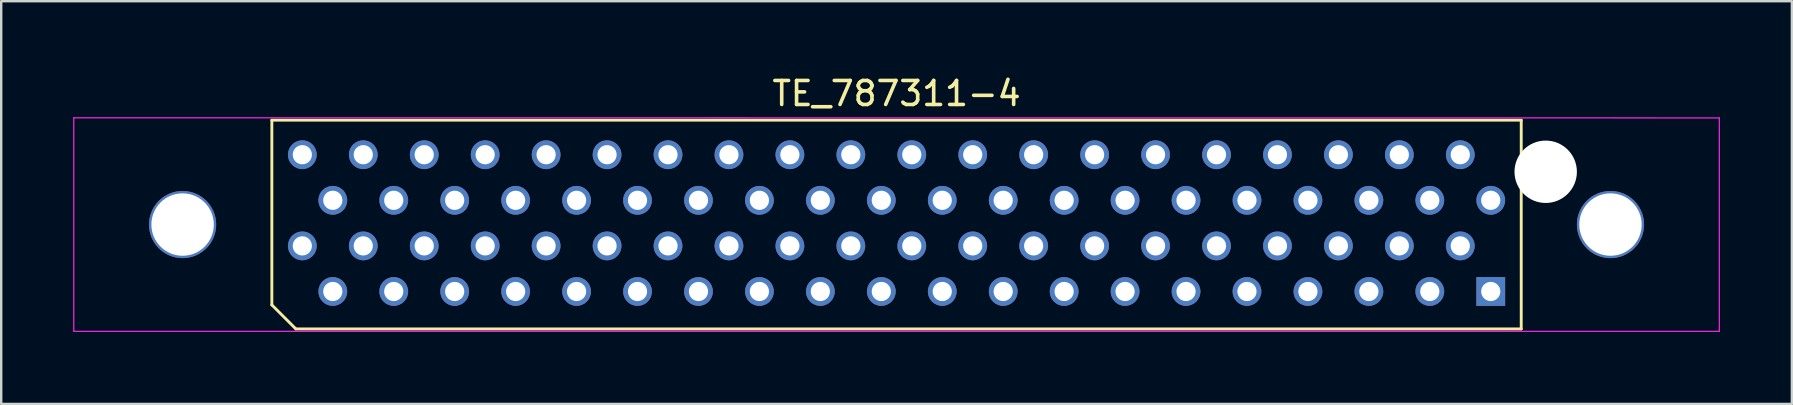
<source format=kicad_pcb>
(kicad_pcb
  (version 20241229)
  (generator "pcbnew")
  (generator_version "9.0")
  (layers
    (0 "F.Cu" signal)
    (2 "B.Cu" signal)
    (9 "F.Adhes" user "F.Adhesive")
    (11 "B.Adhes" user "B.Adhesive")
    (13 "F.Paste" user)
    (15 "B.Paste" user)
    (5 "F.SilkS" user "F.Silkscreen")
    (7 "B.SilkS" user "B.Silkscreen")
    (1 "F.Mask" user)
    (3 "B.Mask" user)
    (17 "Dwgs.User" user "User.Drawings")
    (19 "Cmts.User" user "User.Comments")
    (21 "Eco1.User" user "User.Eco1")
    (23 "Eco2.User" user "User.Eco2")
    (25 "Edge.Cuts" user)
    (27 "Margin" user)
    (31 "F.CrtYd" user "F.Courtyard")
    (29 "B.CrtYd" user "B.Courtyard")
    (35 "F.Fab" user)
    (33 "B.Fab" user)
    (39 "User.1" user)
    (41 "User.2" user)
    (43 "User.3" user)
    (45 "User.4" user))
  (footprint "TE_787311-4"
    (layer "F.Cu")
    (at 34.315 6.309)
    (property "Reference" "TE_787311-4" (at 0 -5.461 0) (layer "F.SilkS") (effects (font (size 1 1) (thickness 0.15))))
    (attr through_hole)
    (fp_line (start -26.035 -4.35) (end 26.035 -4.35) (stroke (width 0.12) (type solid)) (layer "F.SilkS"))
    (fp_line (start -26.035 3.35) (end -26.035 -4.35) (stroke (width 0.12) (type solid)) (layer "F.SilkS"))
    (fp_line (start -25.035 4.35) (end -26.035 3.35) (stroke (width 0.12) (type solid)) (layer "F.SilkS"))
    (fp_line (start 26.035 -4.35) (end 26.035 4.35) (stroke (width 0.12) (type solid)) (layer "F.SilkS"))
    (fp_line (start 26.035 4.35) (end -25.035 4.35) (stroke (width 0.12) (type solid)) (layer "F.SilkS"))
    (fp_line (start -34.29 -4.45) (end 34.29 -4.445) (stroke (width 0.05) (type solid)) (layer "F.CrtYd"))
    (fp_line (start -34.29 4.445) (end -34.29 -4.455) (stroke (width 0.05) (type solid)) (layer "F.CrtYd"))
    (fp_line (start 34.29 -4.445) (end 34.29 4.45) (stroke (width 0.05) (type solid)) (layer "F.CrtYd"))
    (fp_line (start 34.29 4.45) (end -34.29 4.45) (stroke (width 0.05) (type solid)) (layer "F.CrtYd"))
    (pad "" thru_hole circle (at -29.755 0) (size 2.8 2.8) (drill 2.6) (layers "*.Cu" "*.Mask"))
    (pad "" np_thru_hole circle (at 27.055 -2.2) (size 2.6 2.6) (drill 2.6) (layers "*.Cu" "*.Mask"))
    (pad "" thru_hole circle (at 29.755 0) (size 2.8 2.8) (drill 2.6) (layers "*.Cu" "*.Mask"))
    (pad "1" thru_hole rect (at 24.765 2.789) (size 1.2 1.2) (drill 0.8) (layers "*.Cu" "*.Mask"))
    (pad "2" thru_hole circle (at 23.495 0.889) (size 1.2 1.2) (drill 0.8) (layers "*.Cu" "*.Mask"))
    (pad "3" thru_hole circle (at 22.225 2.789) (size 1.2 1.2) (drill 0.8) (layers "*.Cu" "*.Mask"))
    (pad "4" thru_hole circle (at 20.955 0.889) (size 1.2 1.2) (drill 0.8) (layers "*.Cu" "*.Mask"))
    (pad "5" thru_hole circle (at 19.685 2.789) (size 1.2 1.2) (drill 0.8) (layers "*.Cu" "*.Mask"))
    (pad "6" thru_hole circle (at 18.415 0.889) (size 1.2 1.2) (drill 0.8) (layers "*.Cu" "*.Mask"))
    (pad "7" thru_hole circle (at 17.145 2.789) (size 1.2 1.2) (drill 0.8) (layers "*.Cu" "*.Mask"))
    (pad "8" thru_hole circle (at 15.875 0.889) (size 1.2 1.2) (drill 0.8) (layers "*.Cu" "*.Mask"))
    (pad "9" thru_hole circle (at 14.605 2.789) (size 1.2 1.2) (drill 0.8) (layers "*.Cu" "*.Mask"))
    (pad "10" thru_hole circle (at 13.335 0.889) (size 1.2 1.2) (drill 0.8) (layers "*.Cu" "*.Mask"))
    (pad "11" thru_hole circle (at 12.065 2.789) (size 1.2 1.2) (drill 0.8) (layers "*.Cu" "*.Mask"))
    (pad "12" thru_hole circle (at 10.795 0.889) (size 1.2 1.2) (drill 0.8) (layers "*.Cu" "*.Mask"))
    (pad "13" thru_hole circle (at 9.525 2.789) (size 1.2 1.2) (drill 0.8) (layers "*.Cu" "*.Mask"))
    (pad "14" thru_hole circle (at 8.255 0.889) (size 1.2 1.2) (drill 0.8) (layers "*.Cu" "*.Mask"))
    (pad "15" thru_hole circle (at 6.985 2.789) (size 1.2 1.2) (drill 0.8) (layers "*.Cu" "*.Mask"))
    (pad "16" thru_hole circle (at 5.715 0.889) (size 1.2 1.2) (drill 0.8) (layers "*.Cu" "*.Mask"))
    (pad "17" thru_hole circle (at 4.445 2.789) (size 1.2 1.2) (drill 0.8) (layers "*.Cu" "*.Mask"))
    (pad "18" thru_hole circle (at 3.175 0.889) (size 1.2 1.2) (drill 0.8) (layers "*.Cu" "*.Mask"))
    (pad "19" thru_hole circle (at 1.905 2.789) (size 1.2 1.2) (drill 0.8) (layers "*.Cu" "*.Mask"))
    (pad "20" thru_hole circle (at 0.635 0.889) (size 1.2 1.2) (drill 0.8) (layers "*.Cu" "*.Mask"))
    (pad "21" thru_hole circle (at -0.635 2.789) (size 1.2 1.2) (drill 0.8) (layers "*.Cu" "*.Mask"))
    (pad "22" thru_hole circle (at -1.905 0.889) (size 1.2 1.2) (drill 0.8) (layers "*.Cu" "*.Mask"))
    (pad "23" thru_hole circle (at -3.175 2.789) (size 1.2 1.2) (drill 0.8) (layers "*.Cu" "*.Mask"))
    (pad "24" thru_hole circle (at -4.445 0.889) (size 1.2 1.2) (drill 0.8) (layers "*.Cu" "*.Mask"))
    (pad "25" thru_hole circle (at -5.715 2.789) (size 1.2 1.2) (drill 0.8) (layers "*.Cu" "*.Mask"))
    (pad "26" thru_hole circle (at -6.985 0.889) (size 1.2 1.2) (drill 0.8) (layers "*.Cu" "*.Mask"))
    (pad "27" thru_hole circle (at -8.255 2.789) (size 1.2 1.2) (drill 0.8) (layers "*.Cu" "*.Mask"))
    (pad "28" thru_hole circle (at -9.525 0.889) (size 1.2 1.2) (drill 0.8) (layers "*.Cu" "*.Mask"))
    (pad "29" thru_hole circle (at -10.795 2.789) (size 1.2 1.2) (drill 0.8) (layers "*.Cu" "*.Mask"))
    (pad "30" thru_hole circle (at -12.065 0.889) (size 1.2 1.2) (drill 0.8) (layers "*.Cu" "*.Mask"))
    (pad "31" thru_hole circle (at -13.335 2.789) (size 1.2 1.2) (drill 0.8) (layers "*.Cu" "*.Mask"))
    (pad "32" thru_hole circle (at -14.605 0.889) (size 1.2 1.2) (drill 0.8) (layers "*.Cu" "*.Mask"))
    (pad "33" thru_hole circle (at -15.875 2.789) (size 1.2 1.2) (drill 0.8) (layers "*.Cu" "*.Mask"))
    (pad "34" thru_hole circle (at -17.145 0.889) (size 1.2 1.2) (drill 0.8) (layers "*.Cu" "*.Mask"))
    (pad "35" thru_hole circle (at -18.415 2.789) (size 1.2 1.2) (drill 0.8) (layers "*.Cu" "*.Mask"))
    (pad "36" thru_hole circle (at -19.685 0.889) (size 1.2 1.2) (drill 0.8) (layers "*.Cu" "*.Mask"))
    (pad "37" thru_hole circle (at -20.955 2.789) (size 1.2 1.2) (drill 0.8) (layers "*.Cu" "*.Mask"))
    (pad "38" thru_hole circle (at -22.225 0.889) (size 1.2 1.2) (drill 0.8) (layers "*.Cu" "*.Mask"))
    (pad "39" thru_hole circle (at -23.495 2.789) (size 1.2 1.2) (drill 0.8) (layers "*.Cu" "*.Mask"))
    (pad "40" thru_hole circle (at -24.765 0.889) (size 1.2 1.2) (drill 0.8) (layers "*.Cu" "*.Mask"))
    (pad "41" thru_hole circle (at 24.765 -1.011) (size 1.2 1.2) (drill 0.8) (layers "*.Cu" "*.Mask"))
    (pad "42" thru_hole circle (at 23.495 -2.911) (size 1.2 1.2) (drill 0.8) (layers "*.Cu" "*.Mask"))
    (pad "43" thru_hole circle (at 22.225 -1.011) (size 1.2 1.2) (drill 0.8) (layers "*.Cu" "*.Mask"))
    (pad "44" thru_hole circle (at 20.955 -2.911) (size 1.2 1.2) (drill 0.8) (layers "*.Cu" "*.Mask"))
    (pad "45" thru_hole circle (at 19.685 -1.011) (size 1.2 1.2) (drill 0.8) (layers "*.Cu" "*.Mask"))
    (pad "46" thru_hole circle (at 18.415 -2.911) (size 1.2 1.2) (drill 0.8) (layers "*.Cu" "*.Mask"))
    (pad "47" thru_hole circle (at 17.145 -1.011) (size 1.2 1.2) (drill 0.8) (layers "*.Cu" "*.Mask"))
    (pad "48" thru_hole circle (at 15.875 -2.911) (size 1.2 1.2) (drill 0.8) (layers "*.Cu" "*.Mask"))
    (pad "49" thru_hole circle (at 14.605 -1.011) (size 1.2 1.2) (drill 0.8) (layers "*.Cu" "*.Mask"))
    (pad "50" thru_hole circle (at 13.335 -2.911) (size 1.2 1.2) (drill 0.8) (layers "*.Cu" "*.Mask"))
    (pad "51" thru_hole circle (at 12.065 -1.011) (size 1.2 1.2) (drill 0.8) (layers "*.Cu" "*.Mask"))
    (pad "52" thru_hole circle (at 10.795 -2.911) (size 1.2 1.2) (drill 0.8) (layers "*.Cu" "*.Mask"))
    (pad "53" thru_hole circle (at 9.525 -1.011) (size 1.2 1.2) (drill 0.8) (layers "*.Cu" "*.Mask"))
    (pad "54" thru_hole circle (at 8.255 -2.911) (size 1.2 1.2) (drill 0.8) (layers "*.Cu" "*.Mask"))
    (pad "55" thru_hole circle (at 6.985 -1.011) (size 1.2 1.2) (drill 0.8) (layers "*.Cu" "*.Mask"))
    (pad "56" thru_hole circle (at 5.715 -2.911) (size 1.2 1.2) (drill 0.8) (layers "*.Cu" "*.Mask"))
    (pad "57" thru_hole circle (at 4.445 -1.011) (size 1.2 1.2) (drill 0.8) (layers "*.Cu" "*.Mask"))
    (pad "58" thru_hole circle (at 3.175 -2.911) (size 1.2 1.2) (drill 0.8) (layers "*.Cu" "*.Mask"))
    (pad "59" thru_hole circle (at 1.905 -1.011) (size 1.2 1.2) (drill 0.8) (layers "*.Cu" "*.Mask"))
    (pad "60" thru_hole circle (at 0.635 -2.911) (size 1.2 1.2) (drill 0.8) (layers "*.Cu" "*.Mask"))
    (pad "61" thru_hole circle (at -0.635 -1.011) (size 1.2 1.2) (drill 0.8) (layers "*.Cu" "*.Mask"))
    (pad "62" thru_hole circle (at -1.905 -2.911) (size 1.2 1.2) (drill 0.8) (layers "*.Cu" "*.Mask"))
    (pad "63" thru_hole circle (at -3.175 -1.011) (size 1.2 1.2) (drill 0.8) (layers "*.Cu" "*.Mask"))
    (pad "64" thru_hole circle (at -4.445 -2.911) (size 1.2 1.2) (drill 0.8) (layers "*.Cu" "*.Mask"))
    (pad "65" thru_hole circle (at -5.715 -1.011) (size 1.2 1.2) (drill 0.8) (layers "*.Cu" "*.Mask"))
    (pad "66" thru_hole circle (at -6.985 -2.911) (size 1.2 1.2) (drill 0.8) (layers "*.Cu" "*.Mask"))
    (pad "67" thru_hole circle (at -8.255 -1.011) (size 1.2 1.2) (drill 0.8) (layers "*.Cu" "*.Mask"))
    (pad "68" thru_hole circle (at -9.525 -2.911) (size 1.2 1.2) (drill 0.8) (layers "*.Cu" "*.Mask"))
    (pad "69" thru_hole circle (at -10.795 -1.011) (size 1.2 1.2) (drill 0.8) (layers "*.Cu" "*.Mask"))
    (pad "70" thru_hole circle (at -12.065 -2.911) (size 1.2 1.2) (drill 0.8) (layers "*.Cu" "*.Mask"))
    (pad "71" thru_hole circle (at -13.335 -1.011) (size 1.2 1.2) (drill 0.8) (layers "*.Cu" "*.Mask"))
    (pad "72" thru_hole circle (at -14.605 -2.911) (size 1.2 1.2) (drill 0.8) (layers "*.Cu" "*.Mask"))
    (pad "73" thru_hole circle (at -15.875 -1.011) (size 1.2 1.2) (drill 0.8) (layers "*.Cu" "*.Mask"))
    (pad "74" thru_hole circle (at -17.145 -2.911) (size 1.2 1.2) (drill 0.8) (layers "*.Cu" "*.Mask"))
    (pad "75" thru_hole circle (at -18.415 -1.011) (size 1.2 1.2) (drill 0.8) (layers "*.Cu" "*.Mask"))
    (pad "76" thru_hole circle (at -19.685 -2.911) (size 1.2 1.2) (drill 0.8) (layers "*.Cu" "*.Mask"))
    (pad "77" thru_hole circle (at -20.955 -1.011) (size 1.2 1.2) (drill 0.8) (layers "*.Cu" "*.Mask"))
    (pad "78" thru_hole circle (at -22.225 -2.911) (size 1.2 1.2) (drill 0.8) (layers "*.Cu" "*.Mask"))
    (pad "79" thru_hole circle (at -23.495 -1.011) (size 1.2 1.2) (drill 0.8) (layers "*.Cu" "*.Mask"))
    (pad "80" thru_hole circle (at -24.765 -2.911) (size 1.2 1.2) (drill 0.8) (layers "*.Cu" "*.Mask")))
  (gr_rect
    (start -3 -3)
    (end 71.63 13.784)
    (stroke (width 0.1) (type default))
    (fill no)
    (layer "Edge.Cuts")))
</source>
